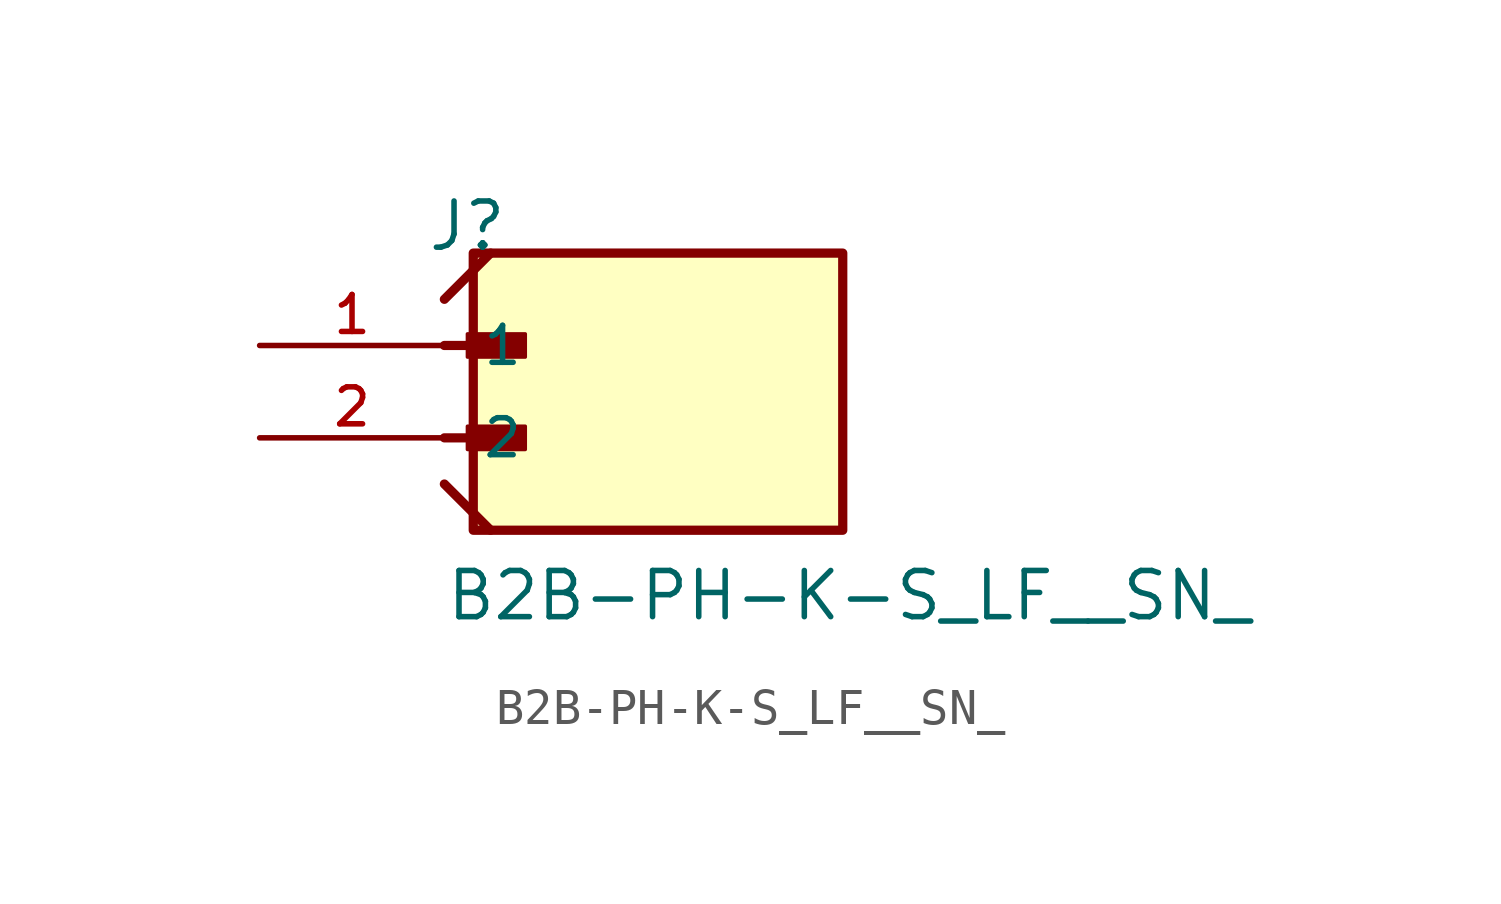
<source format=kicad_sym>
(kicad_symbol_lib
  (version 20211014)
  (generator kicad_symbol_editor)
  (symbol "B2B-PH-K-S_LF__SN_"
    (pin_names
      (offset 1.016))
    (property "Reference" "J"
      (at -5.58 5.08 0)
      (effects (font (size 1.27 1.27)) (justify bottom left)))
    (property "Value" "B2B-PH-K-S_LF__SN_"
      (at -5.08 -5.08 0)
      (effects (font (size 1.27 1.27)) (justify bottom left)))
    (symbol "B2B-PH-K-S_LF__SN__0_0"
      (polyline (pts (xy -5.08 2.54) (xy -3.175 2.54)) (stroke (width 0.254)))
      (rectangle (start -4.445 2.223) (end -2.857 2.857) (stroke (width 0.1)) (fill (type outline)))
      (polyline (pts (xy -5.08 0.0) (xy -3.175 0.0)) (stroke (width 0.254)))
      (rectangle (start -4.445 -0.318) (end -2.857 0.318) (stroke (width 0.1)) (fill (type outline)))
      (polyline (pts (xy -5.08 -1.27) (xy -3.81 -2.54)) (stroke (width 0.254)))
      (polyline (pts (xy -5.08 3.81) (xy -3.81 5.08)) (stroke (width 0.254)))
      (rectangle (start -4.286 -2.54) (end 5.874 5.08) (stroke (width 0.254)) (fill (type background)))
      (pin passive line (at -10.16 2.54 0) (length 5.08) (name "1" (effects (font (size 1.016 1.016)))) (number "1" (effects (font (size 1.016 1.016)))))
      (pin passive line (at -10.16 0.0 0) (length 5.08) (name "2" (effects (font (size 1.016 1.016)))) (number "2" (effects (font (size 1.016 1.016))))))))
</source>
